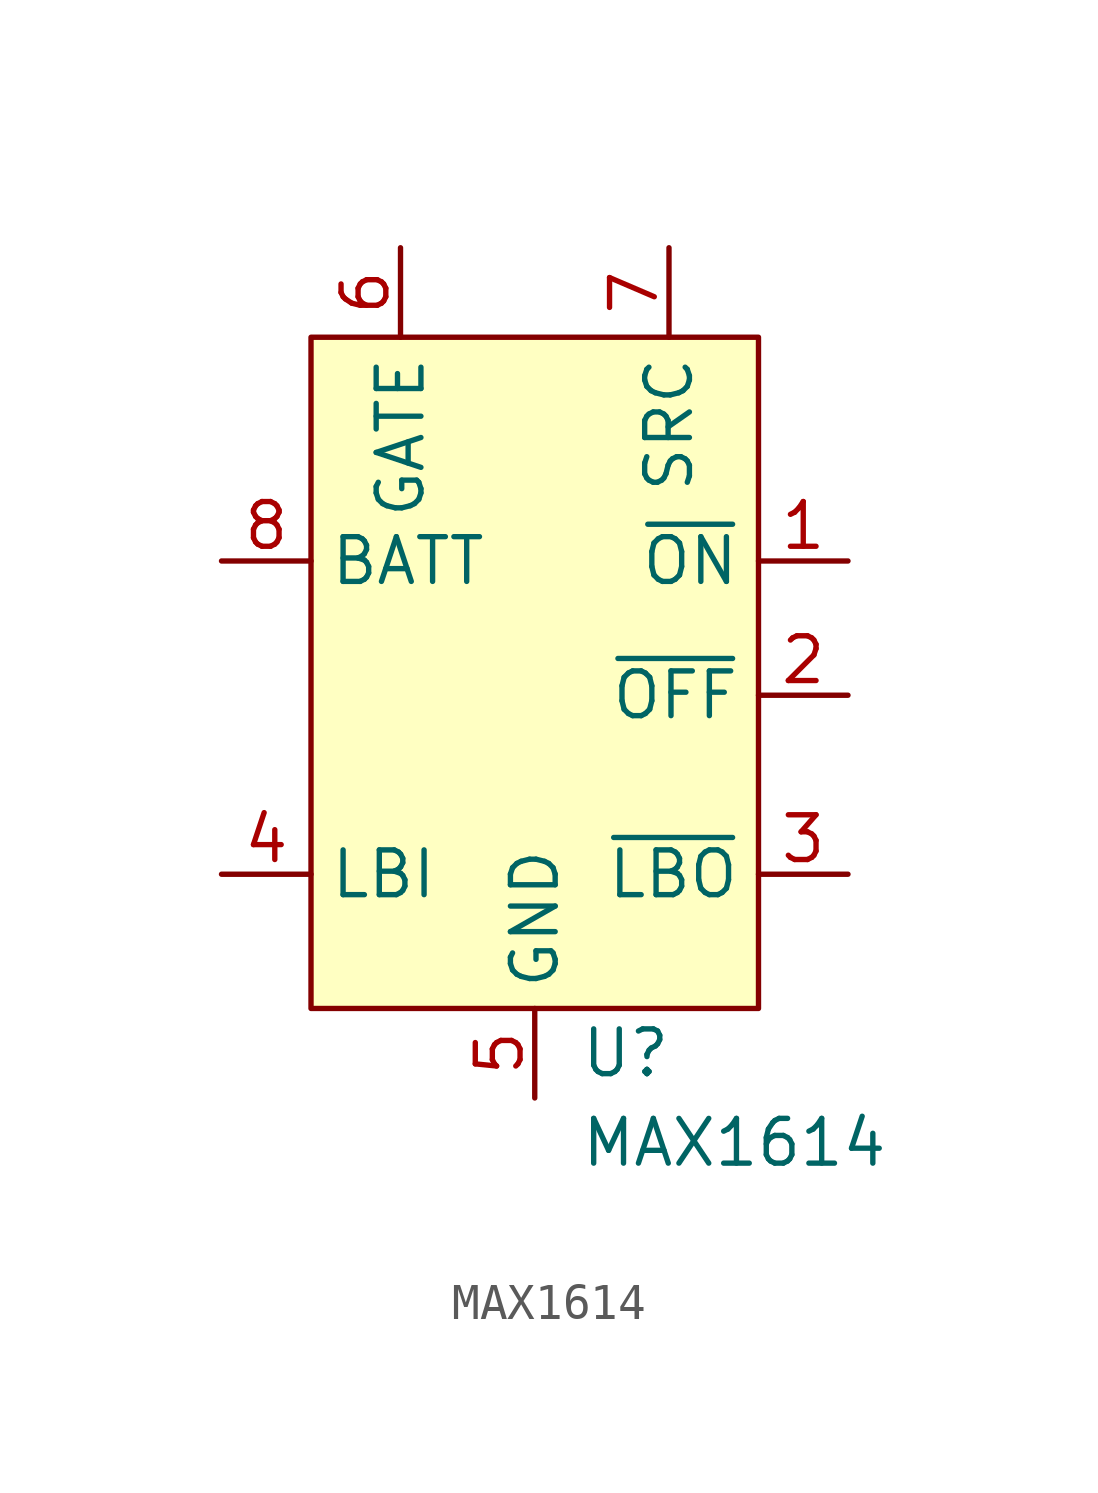
<source format=kicad_sym>
(kicad_symbol_lib
  (version 20211014)
  (generator kicad_symbol_editor)
  (symbol "MAX1614"
    (property "Reference" "U"
      (at 1.27 -20.32 0)
      (effects (font (size 1.27 1.27)) (justify left)))
    (property "Value" "MAX1614"
      (at 1.27 -22.86 0)
      (effects (font (size 1.27 1.27)) (justify left)))
    (symbol "MAX1614_0_1"
      (rectangle (start -6.35 0) (end 6.35 -19.05) (stroke (width 0) (type default) (color 0 0 0 0)) (fill (type background))))
    (symbol "MAX1614_1_1"
      (pin input line (at 8.89 -6.35 180) (length 2.54) (name "~{ON}" (effects (font (size 1.27 1.27)))) (number "1" (effects (font (size 1.27 1.27)))))
      (pin input line (at 8.89 -10.16 180) (length 2.54) (name "~{OFF}" (effects (font (size 1.27 1.27)))) (number "2" (effects (font (size 1.27 1.27)))))
      (pin input line (at 8.89 -15.24 180) (length 2.54) (name "~{LBO}" (effects (font (size 1.27 1.27)))) (number "3" (effects (font (size 1.27 1.27)))))
      (pin input line (at -8.89 -15.24 0) (length 2.54) (name "LBI" (effects (font (size 1.27 1.27)))) (number "4" (effects (font (size 1.27 1.27)))))
      (pin input line (at 0 -21.59 90) (length 2.54) (name "GND" (effects (font (size 1.27 1.27)))) (number "5" (effects (font (size 1.27 1.27)))))
      (pin input line (at -3.81 2.54 270) (length 2.54) (name "GATE" (effects (font (size 1.27 1.27)))) (number "6" (effects (font (size 1.27 1.27)))))
      (pin input line (at 3.81 2.54 270) (length 2.54) (name "SRC" (effects (font (size 1.27 1.27)))) (number "7" (effects (font (size 1.27 1.27)))))
      (pin input line (at -8.89 -6.35 0) (length 2.54) (name "BATT" (effects (font (size 1.27 1.27)))) (number "8" (effects (font (size 1.27 1.27))))))))
</source>
